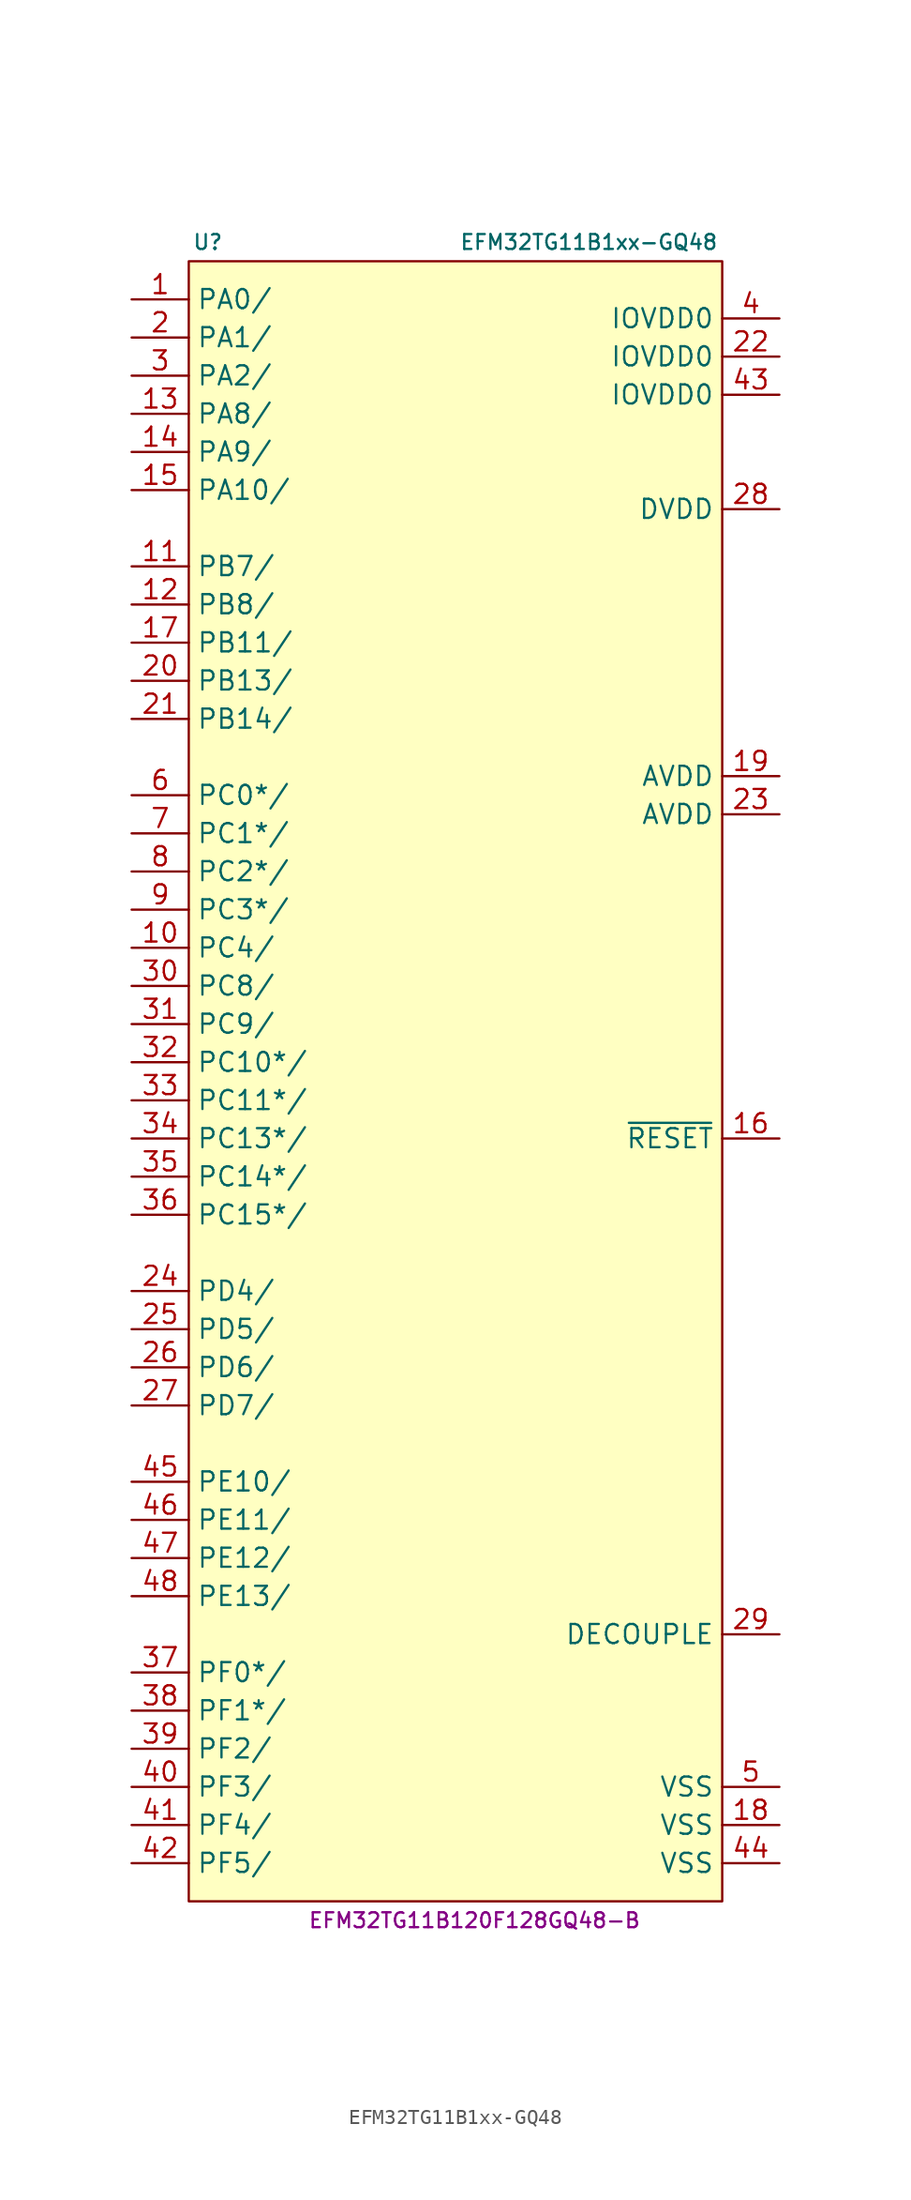
<source format=kicad_sym>
(kicad_symbol_lib
  (version 20231120)
  (generator "kicad_symbol_editor")
  (generator_version "8.0")
  (symbol "EFM32TG11B1xx-GQ48"
    (property "Reference" "U"
      (at -17.78 59.69 0)
      (effects (font (size 0.991 0.991))))
    (property "Value" "EFM32TG11B1xx-GQ48"
      (at 7.62 59.69 0)
      (effects (font (size 0.991 0.991))))
    (property "MPN" "EFM32TG11B120F128GQ48-B"
      (at 0 -52.07 0)
      (effects (font (size 0.991 0.991))))
    (symbol "EFM32TG11B1xx-GQ48_0_1"
      (rectangle (start -19.05 58.42) (end 16.51 -50.8) (stroke (width 0) (type default)) (fill (type background))))
    (symbol "EFM32TG11B1xx-GQ48_1_1"
      (pin bidirectional line (at -22.86 55.88 0) (length 3.81) (name "PA0/" (effects (font (size 1.27 1.27)))) (number "1" (effects (font (size 1.27 1.27)))))
      (pin bidirectional line (at -22.86 12.7 0) (length 3.81) (name "PC4/" (effects (font (size 1.27 1.27)))) (number "10" (effects (font (size 1.27 1.27)))))
      (pin bidirectional line (at -22.86 38.1 0) (length 3.81) (name "PB7/" (effects (font (size 1.27 1.27)))) (number "11" (effects (font (size 1.27 1.27)))))
      (pin bidirectional line (at -22.86 35.56 0) (length 3.81) (name "PB8/" (effects (font (size 1.27 1.27)))) (number "12" (effects (font (size 1.27 1.27)))))
      (pin bidirectional line (at -22.86 48.26 0) (length 3.81) (name "PA8/" (effects (font (size 1.27 1.27)))) (number "13" (effects (font (size 1.27 1.27)))))
      (pin bidirectional line (at -22.86 45.72 0) (length 3.81) (name "PA9/" (effects (font (size 1.27 1.27)))) (number "14" (effects (font (size 1.27 1.27)))))
      (pin bidirectional line (at -22.86 43.18 0) (length 3.81) (name "PA10/" (effects (font (size 1.27 1.27)))) (number "15" (effects (font (size 1.27 1.27)))))
      (pin input line (at 20.32 0 180) (length 3.81) (name "~{RESET}" (effects (font (size 1.27 1.27)))) (number "16" (effects (font (size 1.27 1.27)))))
      (pin bidirectional line (at -22.86 33.02 0) (length 3.81) (name "PB11/" (effects (font (size 1.27 1.27)))) (number "17" (effects (font (size 1.27 1.27)))))
      (pin power_in line (at 20.32 -45.72 180) (length 3.81) (name "VSS" (effects (font (size 1.27 1.27)))) (number "18" (effects (font (size 1.27 1.27)))))
      (pin power_in line (at 20.32 24.13 180) (length 3.81) (name "AVDD" (effects (font (size 1.27 1.27)))) (number "19" (effects (font (size 1.27 1.27)))))
      (pin bidirectional line (at -22.86 53.34 0) (length 3.81) (name "PA1/" (effects (font (size 1.27 1.27)))) (number "2" (effects (font (size 1.27 1.27)))))
      (pin bidirectional line (at -22.86 30.48 0) (length 3.81) (name "PB13/" (effects (font (size 1.27 1.27)))) (number "20" (effects (font (size 1.27 1.27)))))
      (pin bidirectional line (at -22.86 27.94 0) (length 3.81) (name "PB14/" (effects (font (size 1.27 1.27)))) (number "21" (effects (font (size 1.27 1.27)))))
      (pin power_in line (at 20.32 52.07 180) (length 3.81) (name "IOVDD0" (effects (font (size 1.27 1.27)))) (number "22" (effects (font (size 1.27 1.27)))))
      (pin power_in line (at 20.32 21.59 180) (length 3.81) (name "AVDD" (effects (font (size 1.27 1.27)))) (number "23" (effects (font (size 1.27 1.27)))))
      (pin bidirectional line (at -22.86 -10.16 0) (length 3.81) (name "PD4/" (effects (font (size 1.27 1.27)))) (number "24" (effects (font (size 1.27 1.27)))))
      (pin bidirectional line (at -22.86 -12.7 0) (length 3.81) (name "PD5/" (effects (font (size 1.27 1.27)))) (number "25" (effects (font (size 1.27 1.27)))))
      (pin bidirectional line (at -22.86 -15.24 0) (length 3.81) (name "PD6/" (effects (font (size 1.27 1.27)))) (number "26" (effects (font (size 1.27 1.27)))))
      (pin bidirectional line (at -22.86 -17.78 0) (length 3.81) (name "PD7/" (effects (font (size 1.27 1.27)))) (number "27" (effects (font (size 1.27 1.27)))))
      (pin power_in line (at 20.32 41.91 180) (length 3.81) (name "DVDD" (effects (font (size 1.27 1.27)))) (number "28" (effects (font (size 1.27 1.27)))))
      (pin power_in line (at 20.32 -33.02 180) (length 3.81) (name "DECOUPLE" (effects (font (size 1.27 1.27)))) (number "29" (effects (font (size 1.27 1.27)))))
      (pin bidirectional line (at -22.86 50.8 0) (length 3.81) (name "PA2/" (effects (font (size 1.27 1.27)))) (number "3" (effects (font (size 1.27 1.27)))))
      (pin bidirectional line (at -22.86 10.16 0) (length 3.81) (name "PC8/" (effects (font (size 1.27 1.27)))) (number "30" (effects (font (size 1.27 1.27)))))
      (pin bidirectional line (at -22.86 7.62 0) (length 3.81) (name "PC9/" (effects (font (size 1.27 1.27)))) (number "31" (effects (font (size 1.27 1.27)))))
      (pin bidirectional line (at -22.86 5.08 0) (length 3.81) (name "PC10*/" (effects (font (size 1.27 1.27)))) (number "32" (effects (font (size 1.27 1.27)))))
      (pin bidirectional line (at -22.86 2.54 0) (length 3.81) (name "PC11*/" (effects (font (size 1.27 1.27)))) (number "33" (effects (font (size 1.27 1.27)))))
      (pin bidirectional line (at -22.86 0 0) (length 3.81) (name "PC13*/" (effects (font (size 1.27 1.27)))) (number "34" (effects (font (size 1.27 1.27)))))
      (pin bidirectional line (at -22.86 -2.54 0) (length 3.81) (name "PC14*/" (effects (font (size 1.27 1.27)))) (number "35" (effects (font (size 1.27 1.27)))))
      (pin bidirectional line (at -22.86 -5.08 0) (length 3.81) (name "PC15*/" (effects (font (size 1.27 1.27)))) (number "36" (effects (font (size 1.27 1.27)))))
      (pin bidirectional line (at -22.86 -35.56 0) (length 3.81) (name "PF0*/" (effects (font (size 1.27 1.27)))) (number "37" (effects (font (size 1.27 1.27)))))
      (pin bidirectional line (at -22.86 -38.1 0) (length 3.81) (name "PF1*/" (effects (font (size 1.27 1.27)))) (number "38" (effects (font (size 1.27 1.27)))))
      (pin bidirectional line (at -22.86 -40.64 0) (length 3.81) (name "PF2/" (effects (font (size 1.27 1.27)))) (number "39" (effects (font (size 1.27 1.27)))))
      (pin power_in line (at 20.32 54.61 180) (length 3.81) (name "IOVDD0" (effects (font (size 1.27 1.27)))) (number "4" (effects (font (size 1.27 1.27)))))
      (pin bidirectional line (at -22.86 -43.18 0) (length 3.81) (name "PF3/" (effects (font (size 1.27 1.27)))) (number "40" (effects (font (size 1.27 1.27)))))
      (pin bidirectional line (at -22.86 -45.72 0) (length 3.81) (name "PF4/" (effects (font (size 1.27 1.27)))) (number "41" (effects (font (size 1.27 1.27)))))
      (pin bidirectional line (at -22.86 -48.26 0) (length 3.81) (name "PF5/" (effects (font (size 1.27 1.27)))) (number "42" (effects (font (size 1.27 1.27)))))
      (pin power_in line (at 20.32 49.53 180) (length 3.81) (name "IOVDD0" (effects (font (size 1.27 1.27)))) (number "43" (effects (font (size 1.27 1.27)))))
      (pin power_in line (at 20.32 -48.26 180) (length 3.81) (name "VSS" (effects (font (size 1.27 1.27)))) (number "44" (effects (font (size 1.27 1.27)))))
      (pin bidirectional line (at -22.86 -22.86 0) (length 3.81) (name "PE10/" (effects (font (size 1.27 1.27)))) (number "45" (effects (font (size 1.27 1.27)))))
      (pin bidirectional line (at -22.86 -25.4 0) (length 3.81) (name "PE11/" (effects (font (size 1.27 1.27)))) (number "46" (effects (font (size 1.27 1.27)))))
      (pin bidirectional line (at -22.86 -27.94 0) (length 3.81) (name "PE12/" (effects (font (size 1.27 1.27)))) (number "47" (effects (font (size 1.27 1.27)))))
      (pin bidirectional line (at -22.86 -30.48 0) (length 3.81) (name "PE13/" (effects (font (size 1.27 1.27)))) (number "48" (effects (font (size 1.27 1.27)))))
      (pin power_in line (at 20.32 -43.18 180) (length 3.81) (name "VSS" (effects (font (size 1.27 1.27)))) (number "5" (effects (font (size 1.27 1.27)))))
      (pin bidirectional line (at -22.86 22.86 0) (length 3.81) (name "PC0*/" (effects (font (size 1.27 1.27)))) (number "6" (effects (font (size 1.27 1.27)))))
      (pin bidirectional line (at -22.86 20.32 0) (length 3.81) (name "PC1*/" (effects (font (size 1.27 1.27)))) (number "7" (effects (font (size 1.27 1.27)))))
      (pin bidirectional line (at -22.86 17.78 0) (length 3.81) (name "PC2*/" (effects (font (size 1.27 1.27)))) (number "8" (effects (font (size 1.27 1.27)))))
      (pin bidirectional line (at -22.86 15.24 0) (length 3.81) (name "PC3*/" (effects (font (size 1.27 1.27)))) (number "9" (effects (font (size 1.27 1.27))))))))
</source>
